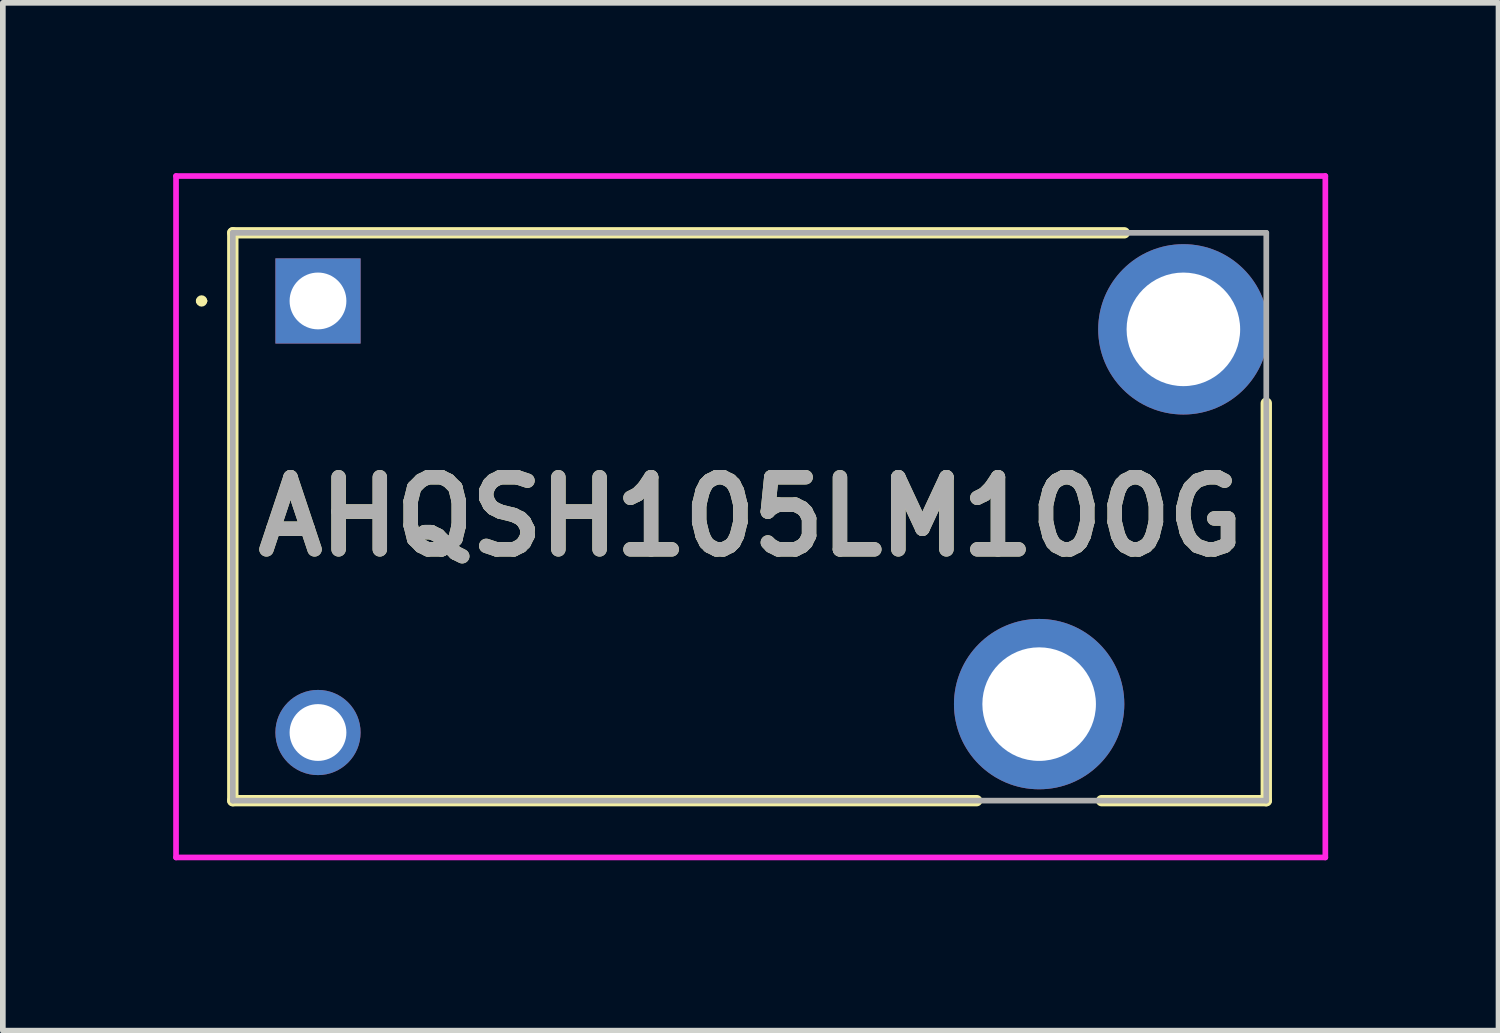
<source format=kicad_pcb>
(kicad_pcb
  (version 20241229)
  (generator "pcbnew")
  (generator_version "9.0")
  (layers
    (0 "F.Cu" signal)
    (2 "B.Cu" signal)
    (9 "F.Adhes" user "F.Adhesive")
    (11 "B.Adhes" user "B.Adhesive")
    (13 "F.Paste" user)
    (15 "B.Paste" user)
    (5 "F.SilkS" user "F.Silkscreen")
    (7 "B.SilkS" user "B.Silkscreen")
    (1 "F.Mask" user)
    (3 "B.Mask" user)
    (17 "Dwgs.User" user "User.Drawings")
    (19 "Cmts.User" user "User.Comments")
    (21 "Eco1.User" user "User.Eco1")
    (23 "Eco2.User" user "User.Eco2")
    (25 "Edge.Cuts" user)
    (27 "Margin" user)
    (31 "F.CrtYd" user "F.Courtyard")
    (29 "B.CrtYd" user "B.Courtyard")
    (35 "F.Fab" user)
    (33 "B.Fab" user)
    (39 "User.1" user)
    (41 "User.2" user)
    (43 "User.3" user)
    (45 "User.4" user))
  (footprint "AHQSH105LM100G"
    (layer "F.Cu")
    (at 2.55 2.25)
    (property "Reference" "AHQSH105LM100G" (at 7.62 3.8 0) (layer "F.SilkS") (effects (font (size 1.27 1.27) (thickness 0.254))))
    (attr through_hole)
    (fp_line (start -2.1 0) (end -2.1 0) (stroke (width 0.1) (type solid)) (layer "F.SilkS"))
    (fp_line (start -2 0) (end -2 0) (stroke (width 0.1) (type solid)) (layer "F.SilkS"))
    (fp_line (start -1.5 -1.2) (end -1.5 8.8) (stroke (width 0.2) (type solid)) (layer "F.SilkS"))
    (fp_line (start -1.5 8.8) (end 11.6 8.8) (stroke (width 0.2) (type solid)) (layer "F.SilkS"))
    (fp_line (start 13.8 8.8) (end 16.7 8.8) (stroke (width 0.2) (type solid)) (layer "F.SilkS"))
    (fp_line (start 14.2 -1.2) (end -1.5 -1.2) (stroke (width 0.2) (type solid)) (layer "F.SilkS"))
    (fp_line (start 16.7 8.8) (end 16.7 1.8) (stroke (width 0.2) (type solid)) (layer "F.SilkS"))
    (fp_arc (start -2.1 0) (mid -2.05 -0.05) (end -2 0) (stroke (width 0.1) (type solid)) (layer "F.SilkS"))
    (fp_arc (start -2 0) (mid -2.05 0.05) (end -2.1 0) (stroke (width 0.1) (type solid)) (layer "F.SilkS"))
    (fp_line (start -2.5 -2.2) (end 17.74 -2.2) (stroke (width 0.1) (type solid)) (layer "F.CrtYd"))
    (fp_line (start -2.5 9.8) (end -2.5 -2.2) (stroke (width 0.1) (type solid)) (layer "F.CrtYd"))
    (fp_line (start 17.74 -2.2) (end 17.74 9.8) (stroke (width 0.1) (type solid)) (layer "F.CrtYd"))
    (fp_line (start 17.74 9.8) (end -2.5 9.8) (stroke (width 0.1) (type solid)) (layer "F.CrtYd"))
    (fp_line (start -1.5 -1.2) (end 16.7 -1.2) (stroke (width 0.1) (type solid)) (layer "F.Fab"))
    (fp_line (start -1.5 8.8) (end -1.5 -1.2) (stroke (width 0.1) (type solid)) (layer "F.Fab"))
    (fp_line (start 16.7 -1.2) (end 16.7 8.8) (stroke (width 0.1) (type solid)) (layer "F.Fab"))
    (fp_line (start 16.7 8.8) (end -1.5 8.8) (stroke (width 0.1) (type solid)) (layer "F.Fab"))
    (fp_text user "${REFERENCE}" (at 7.62 3.8 0) (layer "F.Fab") (effects (font (size 1.27 1.27) (thickness 0.254))))
    (pad "1" thru_hole rect (at 0 0) (size 1.5 1.5) (drill 1) (layers "*.Cu" "*.Mask"))
    (pad "2" thru_hole circle (at 0 7.6) (size 1.5 1.5) (drill 1) (layers "*.Cu" "*.Mask"))
    (pad "3" thru_hole circle (at 12.7 7.1) (size 3 3) (drill 2) (layers "*.Cu" "*.Mask"))
    (pad "4" thru_hole circle (at 15.24 0.5) (size 3 3) (drill 2) (layers "*.Cu" "*.Mask")))
  (gr_rect
    (start -3 -3)
    (end 23.34 15.1)
    (stroke (width 0.1) (type default))
    (fill no)
    (layer "Edge.Cuts")))
</source>
